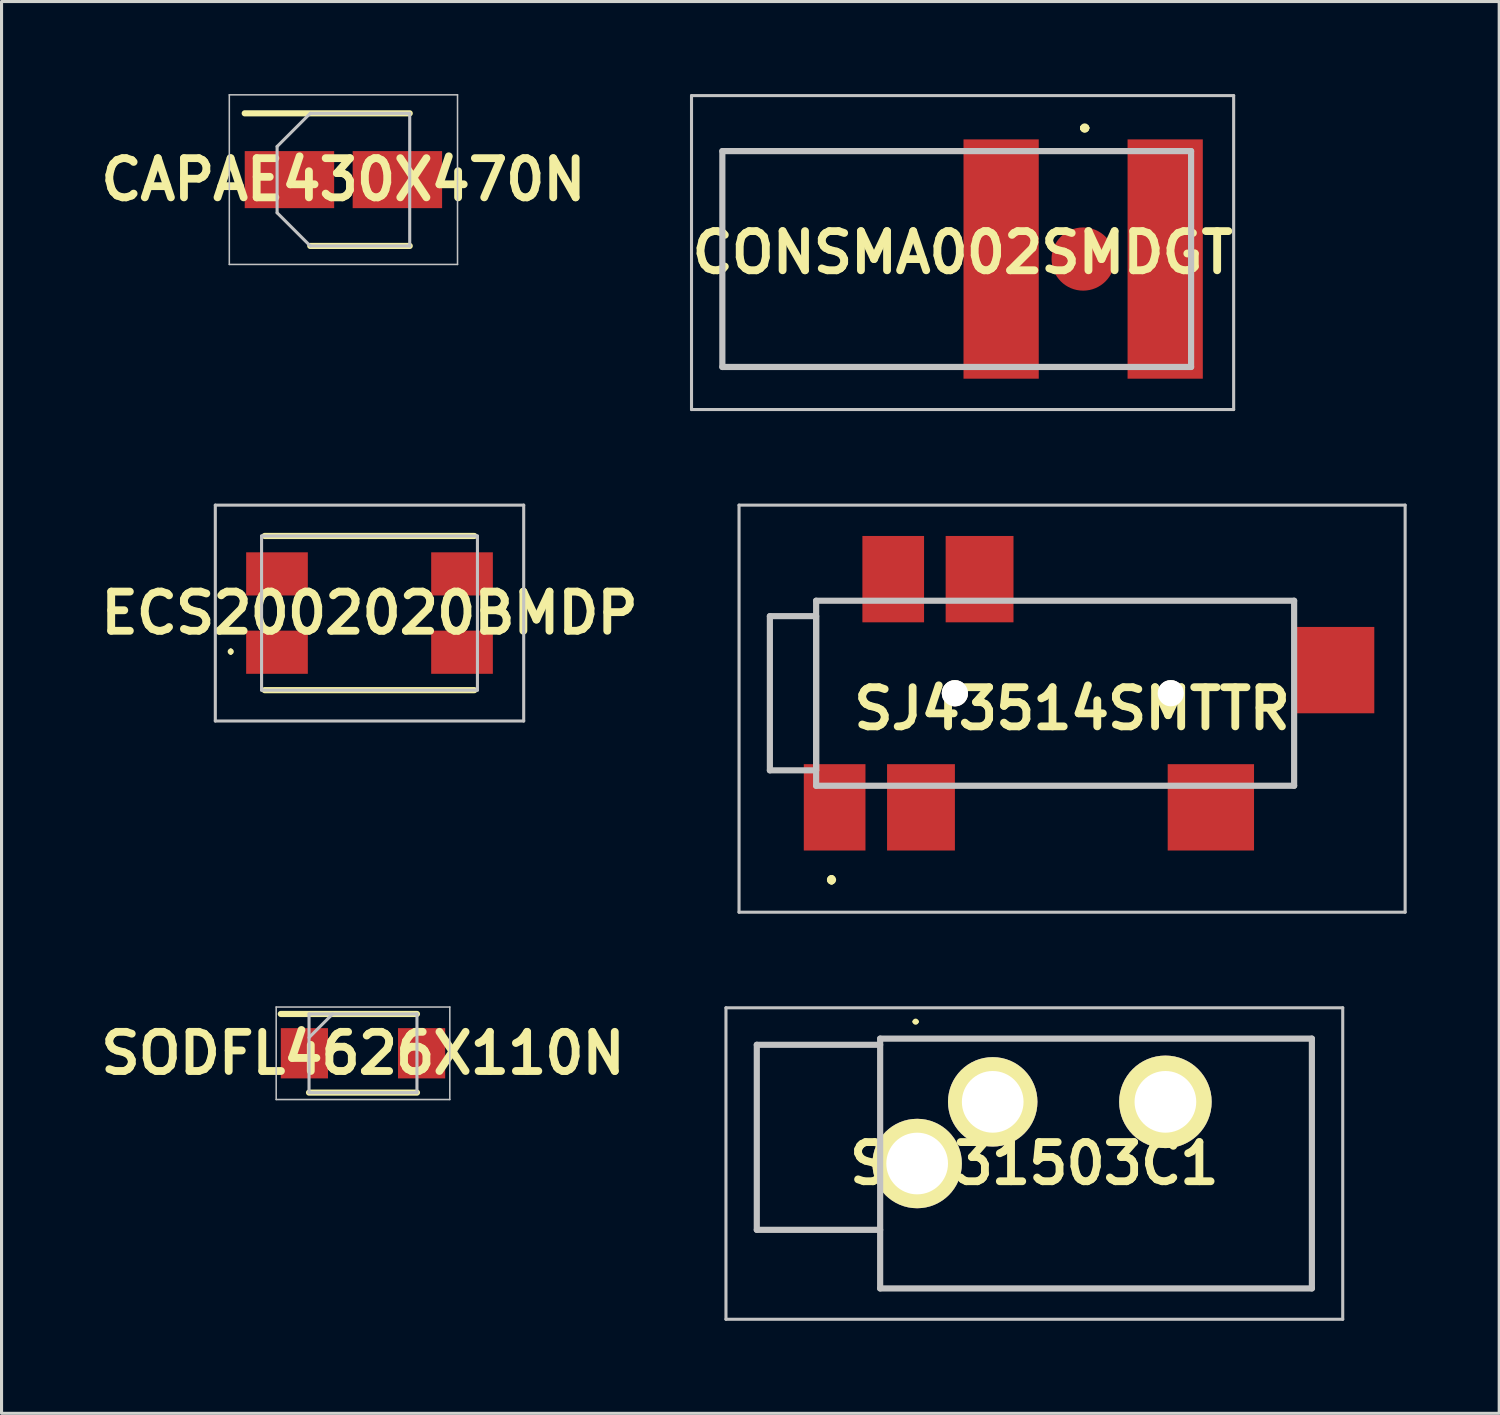
<source format=kicad_pcb>
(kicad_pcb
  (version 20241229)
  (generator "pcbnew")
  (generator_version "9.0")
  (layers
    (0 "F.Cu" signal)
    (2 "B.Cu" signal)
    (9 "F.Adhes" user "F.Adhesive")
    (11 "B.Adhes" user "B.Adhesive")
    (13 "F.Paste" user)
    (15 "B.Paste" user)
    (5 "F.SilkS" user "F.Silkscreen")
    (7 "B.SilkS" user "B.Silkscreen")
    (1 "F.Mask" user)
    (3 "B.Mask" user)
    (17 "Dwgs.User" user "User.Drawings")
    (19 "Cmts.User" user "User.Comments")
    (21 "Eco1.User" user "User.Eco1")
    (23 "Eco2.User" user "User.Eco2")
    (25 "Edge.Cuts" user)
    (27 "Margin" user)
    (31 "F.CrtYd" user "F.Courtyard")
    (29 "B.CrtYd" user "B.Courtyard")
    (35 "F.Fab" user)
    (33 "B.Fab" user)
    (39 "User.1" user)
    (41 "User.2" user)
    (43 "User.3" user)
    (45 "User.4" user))
  (footprint "CONSMA002SMDGT"
    (layer "F.Cu")
    (at 32.074 5.35)
    (property "Reference" "CONSMA002SMDGT" (at -3.91 -0.21 0) (layer "F.SilkS") (effects (font (size 1.27 1.27) (thickness 0.254))))
    (attr smd)
    (fp_line (start -11.7 -3.5) (end -11.7 -3.5) (stroke (width 0.1) (type solid)) (layer "F.SilkS"))
    (fp_line (start -11.7 -3.5) (end -11.7 -3.5) (stroke (width 0.1) (type solid)) (layer "F.SilkS"))
    (fp_line (start -11.7 -3.5) (end -11.7 3.5) (stroke (width 0.1) (type solid)) (layer "F.SilkS"))
    (fp_line (start -11.7 -3.5) (end -4.5 -3.5) (stroke (width 0.1) (type solid)) (layer "F.SilkS"))
    (fp_line (start -11.7 3.5) (end -11.7 -3.5) (stroke (width 0.1) (type solid)) (layer "F.SilkS"))
    (fp_line (start -11.7 3.5) (end -11.7 3.5) (stroke (width 0.1) (type solid)) (layer "F.SilkS"))
    (fp_line (start -11.7 3.5) (end -11.7 3.5) (stroke (width 0.1) (type solid)) (layer "F.SilkS"))
    (fp_line (start -11.7 3.5) (end -4.25 3.5) (stroke (width 0.1) (type solid)) (layer "F.SilkS"))
    (fp_line (start -4.5 -3.5) (end -11.7 -3.5) (stroke (width 0.1) (type solid)) (layer "F.SilkS"))
    (fp_line (start -4.5 -3.5) (end -4.5 -3.5) (stroke (width 0.1) (type solid)) (layer "F.SilkS"))
    (fp_line (start -4.25 3.5) (end -11.7 3.5) (stroke (width 0.1) (type solid)) (layer "F.SilkS"))
    (fp_line (start -4.25 3.5) (end -4.25 3.5) (stroke (width 0.1) (type solid)) (layer "F.SilkS"))
    (fp_line (start -1 -3.5) (end -1 -3.5) (stroke (width 0.1) (type solid)) (layer "F.SilkS"))
    (fp_line (start -1 -3.5) (end 1 -3.5) (stroke (width 0.1) (type solid)) (layer "F.SilkS"))
    (fp_line (start -1 3.5) (end -1 3.5) (stroke (width 0.1) (type solid)) (layer "F.SilkS"))
    (fp_line (start -1 3.5) (end 1 3.5) (stroke (width 0.1) (type solid)) (layer "F.SilkS"))
    (fp_line (start 0 -4.25) (end 0 -4.25) (stroke (width 0.2) (type solid)) (layer "F.SilkS"))
    (fp_line (start 0 -4.25) (end 0 -4.25) (stroke (width 0.2) (type solid)) (layer "F.SilkS"))
    (fp_line (start 0.1 -4.25) (end 0.1 -4.25) (stroke (width 0.2) (type solid)) (layer "F.SilkS"))
    (fp_line (start 1 -3.5) (end -1 -3.5) (stroke (width 0.1) (type solid)) (layer "F.SilkS"))
    (fp_line (start 1 -3.5) (end 1 -3.5) (stroke (width 0.1) (type solid)) (layer "F.SilkS"))
    (fp_line (start 1 3.5) (end -1 3.5) (stroke (width 0.1) (type solid)) (layer "F.SilkS"))
    (fp_line (start 1 3.5) (end 1 3.5) (stroke (width 0.1) (type solid)) (layer "F.SilkS"))
    (fp_arc (start 0 -4.25) (mid 0.05 -4.3) (end 0.1 -4.25) (stroke (width 0.2) (type solid)) (layer "F.SilkS"))
    (fp_arc (start 0.1 -4.25) (mid 0.05 -4.2) (end 0 -4.25) (stroke (width 0.2) (type solid)) (layer "F.SilkS"))
    (fp_arc (start 0.1 -4.25) (mid 0.05 -4.2) (end 0 -4.25) (stroke (width 0.2) (type solid)) (layer "F.SilkS"))
    (fp_line (start -12.7 -5.3) (end 4.88 -5.3) (stroke (width 0.1) (type solid)) (layer "Dwgs.User"))
    (fp_line (start -12.7 4.88) (end -12.7 -5.3) (stroke (width 0.1) (type solid)) (layer "Dwgs.User"))
    (fp_line (start -11.7 -3.5) (end -11.7 3.5) (stroke (width 0.2) (type solid)) (layer "Dwgs.User"))
    (fp_line (start -11.7 3.5) (end 3.5 3.5) (stroke (width 0.2) (type solid)) (layer "Dwgs.User"))
    (fp_line (start 3.5 -3.5) (end -11.7 -3.5) (stroke (width 0.2) (type solid)) (layer "Dwgs.User"))
    (fp_line (start 3.5 3.5) (end 3.5 -3.5) (stroke (width 0.2) (type solid)) (layer "Dwgs.User"))
    (fp_line (start 4.88 -5.3) (end 4.88 4.88) (stroke (width 0.1) (type solid)) (layer "Dwgs.User"))
    (fp_line (start 4.88 4.88) (end -12.7 4.88) (stroke (width 0.1) (type solid)) (layer "Dwgs.User"))
    (pad "1" smd circle (at 0 0 90) (size 2.05 2.05) (layers "F.Cu" "F.Mask" "F.Paste"))
    (pad "2" smd rect (at -2.66 0) (size 2.44 7.76) (layers "F.Cu" "F.Mask" "F.Paste"))
    (pad "3" smd rect (at 2.66 0) (size 2.44 7.76) (layers "F.Cu" "F.Mask" "F.Paste")))
  (footprint "CAPAE430X470N"
    (layer "F.Cu")
    (at 8.086 2.775)
    (property "Reference" "CAPAE430X470N" (at 0 0 0) (layer "F.SilkS") (effects (font (size 1.27 1.27) (thickness 0.254))))
    (attr smd)
    (fp_line (start -3.2 -2.15) (end 2.15 -2.15) (stroke (width 0.2) (type solid)) (layer "F.SilkS"))
    (fp_line (start -1.075 2.15) (end 2.15 2.15) (stroke (width 0.2) (type solid)) (layer "F.SilkS"))
    (fp_line (start -3.7 -2.75) (end 3.7 -2.75) (stroke (width 0.05) (type solid)) (layer "Dwgs.User"))
    (fp_line (start -3.7 2.75) (end -3.7 -2.75) (stroke (width 0.05) (type solid)) (layer "Dwgs.User"))
    (fp_line (start -2.15 -1.075) (end -2.15 1.075) (stroke (width 0.1) (type solid)) (layer "Dwgs.User"))
    (fp_line (start -2.15 1.075) (end -1.075 2.15) (stroke (width 0.1) (type solid)) (layer "Dwgs.User"))
    (fp_line (start -1.075 -2.15) (end -2.15 -1.075) (stroke (width 0.1) (type solid)) (layer "Dwgs.User"))
    (fp_line (start -1.075 2.15) (end 2.15 2.15) (stroke (width 0.1) (type solid)) (layer "Dwgs.User"))
    (fp_line (start 2.15 -2.15) (end -1.075 -2.15) (stroke (width 0.1) (type solid)) (layer "Dwgs.User"))
    (fp_line (start 2.15 2.15) (end 2.15 -2.15) (stroke (width 0.1) (type solid)) (layer "Dwgs.User"))
    (fp_line (start 3.7 -2.75) (end 3.7 2.75) (stroke (width 0.05) (type solid)) (layer "Dwgs.User"))
    (fp_line (start 3.7 2.75) (end -3.7 2.75) (stroke (width 0.05) (type solid)) (layer "Dwgs.User"))
    (pad "1" smd rect (at -1.75 0 90) (size 1.85 2.9) (layers "F.Cu" "F.Mask" "F.Paste"))
    (pad "2" smd rect (at 1.75 0 90) (size 1.85 2.9) (layers "F.Cu" "F.Mask" "F.Paste")))
  (footprint "STX31503C1"
    (layer "F.Cu")
    (at 26.691 34.68)
    (property "Reference" "STX31503C1" (at 3.8 0 0) (layer "F.SilkS") (effects (font (size 1.27 1.27) (thickness 0.254))))
    (attr through_hole)
    (fp_line (start -5.2 -3.85) (end -1.2 -3.85) (stroke (width 0.1) (type solid)) (layer "F.SilkS"))
    (fp_line (start -5.2 2.15) (end -5.2 -3.85) (stroke (width 0.1) (type solid)) (layer "F.SilkS"))
    (fp_line (start -1.2 -4.05) (end -1.2 -1.5) (stroke (width 0.1) (type solid)) (layer "F.SilkS"))
    (fp_line (start -1.2 1.5) (end -1.2 4.05) (stroke (width 0.1) (type solid)) (layer "F.SilkS"))
    (fp_line (start -1.2 2.15) (end -5.2 2.15) (stroke (width 0.1) (type solid)) (layer "F.SilkS"))
    (fp_line (start -1.2 4.05) (end 12.8 4.05) (stroke (width 0.1) (type solid)) (layer "F.SilkS"))
    (fp_line (start -0.1 -4.6) (end -0.1 -4.6) (stroke (width 0.1) (type solid)) (layer "F.SilkS"))
    (fp_line (start 0 -4.6) (end 0 -4.6) (stroke (width 0.1) (type solid)) (layer "F.SilkS"))
    (fp_line (start 12.8 -4.05) (end -1.2 -4.05) (stroke (width 0.1) (type solid)) (layer "F.SilkS"))
    (fp_line (start 12.8 4.05) (end 12.8 -4.05) (stroke (width 0.1) (type solid)) (layer "F.SilkS"))
    (fp_arc (start -0.1 -4.6) (mid -0.05 -4.65) (end 0 -4.6) (stroke (width 0.1) (type solid)) (layer "F.SilkS"))
    (fp_arc (start 0 -4.6) (mid -0.05 -4.55) (end -0.1 -4.6) (stroke (width 0.1) (type solid)) (layer "F.SilkS"))
    (fp_line (start -6.2 -5.05) (end -6.2 5.05) (stroke (width 0.1) (type solid)) (layer "Dwgs.User"))
    (fp_line (start -6.2 5.05) (end 13.8 5.05) (stroke (width 0.1) (type solid)) (layer "Dwgs.User"))
    (fp_line (start -5.2 -3.85) (end -1.2 -3.85) (stroke (width 0.2) (type solid)) (layer "Dwgs.User"))
    (fp_line (start -5.2 2.15) (end -5.2 -3.85) (stroke (width 0.2) (type solid)) (layer "Dwgs.User"))
    (fp_line (start -1.2 -4.05) (end -1.2 4.05) (stroke (width 0.2) (type solid)) (layer "Dwgs.User"))
    (fp_line (start -1.2 2.15) (end -5.2 2.15) (stroke (width 0.2) (type solid)) (layer "Dwgs.User"))
    (fp_line (start -1.2 4.05) (end 12.8 4.05) (stroke (width 0.2) (type solid)) (layer "Dwgs.User"))
    (fp_line (start 12.8 -4.05) (end -1.2 -4.05) (stroke (width 0.2) (type solid)) (layer "Dwgs.User"))
    (fp_line (start 12.8 4.05) (end 12.8 -4.05) (stroke (width 0.2) (type solid)) (layer "Dwgs.User"))
    (fp_line (start 13.8 -5.05) (end -6.2 -5.05) (stroke (width 0.1) (type solid)) (layer "Dwgs.User"))
    (fp_line (start 13.8 5.05) (end 13.8 -5.05) (stroke (width 0.1) (type solid)) (layer "Dwgs.User"))
    (pad "1" thru_hole circle (at 0 0 90) (size 2.9 2.9) (drill 2) (layers "*.Cu" "*.Mask" "F.SilkS"))
    (pad "2" thru_hole circle (at 2.45 -2 90) (size 2.9 2.9) (drill 2) (layers "*.Cu" "*.Mask" "F.SilkS"))
    (pad "4" thru_hole circle (at 8.05 -2 90) (size 3 3) (drill 2) (layers "*.Cu" "*.Mask" "F.SilkS")))
  (footprint "ECS2002020BMDP"
    (layer "F.Cu")
    (at 8.932 16.83)
    (property "Reference" "ECS2002020BMDP" (at 0 0 0) (layer "F.SilkS") (effects (font (size 1.27 1.27) (thickness 0.254))))
    (attr smd)
    (fp_line (start -4.5 1.2) (end -4.5 1.2) (stroke (width 0.1) (type solid)) (layer "F.SilkS"))
    (fp_line (start -4.5 1.3) (end -4.5 1.3) (stroke (width 0.1) (type solid)) (layer "F.SilkS"))
    (fp_line (start -3.4 -2.5) (end 3.4 -2.5) (stroke (width 0.2) (type solid)) (layer "F.SilkS"))
    (fp_line (start -3.4 2.5) (end 3.4 2.5) (stroke (width 0.2) (type solid)) (layer "F.SilkS"))
    (fp_arc (start -4.5 1.2) (mid -4.45 1.25) (end -4.5 1.3) (stroke (width 0.1) (type solid)) (layer "F.SilkS"))
    (fp_arc (start -4.5 1.3) (mid -4.55 1.25) (end -4.5 1.2) (stroke (width 0.1) (type solid)) (layer "F.SilkS"))
    (fp_line (start -5 -3.5) (end 5 -3.5) (stroke (width 0.1) (type solid)) (layer "Dwgs.User"))
    (fp_line (start -5 3.5) (end -5 -3.5) (stroke (width 0.1) (type solid)) (layer "Dwgs.User"))
    (fp_line (start -3.5 -2.5) (end 3.5 -2.5) (stroke (width 0.1) (type solid)) (layer "Dwgs.User"))
    (fp_line (start -3.5 2.5) (end -3.5 -2.5) (stroke (width 0.1) (type solid)) (layer "Dwgs.User"))
    (fp_line (start 3.5 -2.5) (end 3.5 2.5) (stroke (width 0.1) (type solid)) (layer "Dwgs.User"))
    (fp_line (start 3.5 2.5) (end -3.5 2.5) (stroke (width 0.1) (type solid)) (layer "Dwgs.User"))
    (fp_line (start 5 -3.5) (end 5 3.5) (stroke (width 0.1) (type solid)) (layer "Dwgs.User"))
    (fp_line (start 5 3.5) (end -5 3.5) (stroke (width 0.1) (type solid)) (layer "Dwgs.User"))
    (pad "1" smd rect (at -3 1.27 90) (size 1.4 2) (layers "F.Cu" "F.Mask" "F.Paste"))
    (pad "2" smd rect (at 3 1.27 90) (size 1.4 2) (layers "F.Cu" "F.Mask" "F.Paste"))
    (pad "3" smd rect (at 3 -1.27 90) (size 1.4 2) (layers "F.Cu" "F.Mask" "F.Paste"))
    (pad "4" smd rect (at -3 -1.27 90) (size 1.4 2) (layers "F.Cu" "F.Mask" "F.Paste")))
  (footprint "SJ43514SMTTR"
    (layer "F.Cu")
    (at 31.165 19.43)
    (property "Reference" "SJ43514SMTTR" (at 0.55 0.5 0) (layer "F.SilkS") (effects (font (size 1.27 1.27) (thickness 0.254))))
    (attr through_hole)
    (fp_line (start -9.25 -2.5) (end -9.25 -2.5) (stroke (width 0.1) (type solid)) (layer "F.SilkS"))
    (fp_line (start -9.25 -2.5) (end -9.25 -2.5) (stroke (width 0.1) (type solid)) (layer "F.SilkS"))
    (fp_line (start -9.25 -2.5) (end -9.25 2.5) (stroke (width 0.1) (type solid)) (layer "F.SilkS"))
    (fp_line (start -9.25 -2.5) (end -7.75 -2.5) (stroke (width 0.1) (type solid)) (layer "F.SilkS"))
    (fp_line (start -9.25 2.5) (end -9.25 -2.5) (stroke (width 0.1) (type solid)) (layer "F.SilkS"))
    (fp_line (start -9.25 2.5) (end -9.25 2.5) (stroke (width 0.1) (type solid)) (layer "F.SilkS"))
    (fp_line (start -9.25 2.5) (end -9.25 2.5) (stroke (width 0.1) (type solid)) (layer "F.SilkS"))
    (fp_line (start -9.25 2.5) (end -8.75 2.5) (stroke (width 0.1) (type solid)) (layer "F.SilkS"))
    (fp_line (start -8.75 2.5) (end -9.25 2.5) (stroke (width 0.1) (type solid)) (layer "F.SilkS"))
    (fp_line (start -8.75 2.5) (end -8.75 2.5) (stroke (width 0.1) (type solid)) (layer "F.SilkS"))
    (fp_line (start -7.75 -3) (end -7.75 -3) (stroke (width 0.1) (type solid)) (layer "F.SilkS"))
    (fp_line (start -7.75 -3) (end -7.75 -3) (stroke (width 0.1) (type solid)) (layer "F.SilkS"))
    (fp_line (start -7.75 -3) (end -7.75 1.75) (stroke (width 0.1) (type solid)) (layer "F.SilkS"))
    (fp_line (start -7.75 -3) (end -7 -3) (stroke (width 0.1) (type solid)) (layer "F.SilkS"))
    (fp_line (start -7.75 -2.5) (end -9.25 -2.5) (stroke (width 0.1) (type solid)) (layer "F.SilkS"))
    (fp_line (start -7.75 -2.5) (end -7.75 -2.5) (stroke (width 0.1) (type solid)) (layer "F.SilkS"))
    (fp_line (start -7.75 1.75) (end -7.75 -3) (stroke (width 0.1) (type solid)) (layer "F.SilkS"))
    (fp_line (start -7.75 1.75) (end -7.75 1.75) (stroke (width 0.1) (type solid)) (layer "F.SilkS"))
    (fp_line (start -7.25 6) (end -7.25 6) (stroke (width 0.2) (type solid)) (layer "F.SilkS"))
    (fp_line (start -7.25 6) (end -7.25 6) (stroke (width 0.2) (type solid)) (layer "F.SilkS"))
    (fp_line (start -7.25 6.1) (end -7.25 6.1) (stroke (width 0.2) (type solid)) (layer "F.SilkS"))
    (fp_line (start -7 -3) (end -7.75 -3) (stroke (width 0.1) (type solid)) (layer "F.SilkS"))
    (fp_line (start -7 -3) (end -7 -3) (stroke (width 0.1) (type solid)) (layer "F.SilkS"))
    (fp_line (start -2.75 3) (end -2.75 3) (stroke (width 0.1) (type solid)) (layer "F.SilkS"))
    (fp_line (start -2.75 3) (end 3 3) (stroke (width 0.1) (type solid)) (layer "F.SilkS"))
    (fp_line (start -0.75 -3) (end -0.75 -3) (stroke (width 0.1) (type solid)) (layer "F.SilkS"))
    (fp_line (start -0.75 -3) (end 7.75 -3) (stroke (width 0.1) (type solid)) (layer "F.SilkS"))
    (fp_line (start 3 3) (end -2.75 3) (stroke (width 0.1) (type solid)) (layer "F.SilkS"))
    (fp_line (start 3 3) (end 3 3) (stroke (width 0.1) (type solid)) (layer "F.SilkS"))
    (fp_line (start 7 3) (end 7 3) (stroke (width 0.1) (type solid)) (layer "F.SilkS"))
    (fp_line (start 7 3) (end 7.75 3) (stroke (width 0.1) (type solid)) (layer "F.SilkS"))
    (fp_line (start 7.75 -3) (end -0.75 -3) (stroke (width 0.1) (type solid)) (layer "F.SilkS"))
    (fp_line (start 7.75 -3) (end 7.75 -3) (stroke (width 0.1) (type solid)) (layer "F.SilkS"))
    (fp_line (start 7.75 -3) (end 7.75 -3) (stroke (width 0.1) (type solid)) (layer "F.SilkS"))
    (fp_line (start 7.75 -3) (end 7.75 -2.75) (stroke (width 0.1) (type solid)) (layer "F.SilkS"))
    (fp_line (start 7.75 -2.75) (end 7.75 -3) (stroke (width 0.1) (type solid)) (layer "F.SilkS"))
    (fp_line (start 7.75 -2.75) (end 7.75 -2.75) (stroke (width 0.1) (type solid)) (layer "F.SilkS"))
    (fp_line (start 7.75 1.25) (end 7.75 1.25) (stroke (width 0.1) (type solid)) (layer "F.SilkS"))
    (fp_line (start 7.75 1.25) (end 7.75 3) (stroke (width 0.1) (type solid)) (layer "F.SilkS"))
    (fp_line (start 7.75 3) (end 7 3) (stroke (width 0.1) (type solid)) (layer "F.SilkS"))
    (fp_line (start 7.75 3) (end 7.75 1.25) (stroke (width 0.1) (type solid)) (layer "F.SilkS"))
    (fp_line (start 7.75 3) (end 7.75 3) (stroke (width 0.1) (type solid)) (layer "F.SilkS"))
    (fp_line (start 7.75 3) (end 7.75 3) (stroke (width 0.1) (type solid)) (layer "F.SilkS"))
    (fp_arc (start -7.25 6) (mid -7.2 6.05) (end -7.25 6.1) (stroke (width 0.2) (type solid)) (layer "F.SilkS"))
    (fp_arc (start -7.25 6.1) (mid -7.3 6.05) (end -7.25 6) (stroke (width 0.2) (type solid)) (layer "F.SilkS"))
    (fp_arc (start -7.25 6.1) (mid -7.3 6.05) (end -7.25 6) (stroke (width 0.2) (type solid)) (layer "F.SilkS"))
    (fp_line (start -10.25 -6.1) (end 11.35 -6.1) (stroke (width 0.1) (type solid)) (layer "Dwgs.User"))
    (fp_line (start -10.25 7.1) (end -10.25 -6.1) (stroke (width 0.1) (type solid)) (layer "Dwgs.User"))
    (fp_line (start -9.25 -2.5) (end -7.75 -2.5) (stroke (width 0.2) (type solid)) (layer "Dwgs.User"))
    (fp_line (start -9.25 2.5) (end -9.25 -2.5) (stroke (width 0.2) (type solid)) (layer "Dwgs.User"))
    (fp_line (start -7.75 -3) (end -7.75 3) (stroke (width 0.2) (type solid)) (layer "Dwgs.User"))
    (fp_line (start -7.75 -2.5) (end -7.75 2.5) (stroke (width 0.2) (type solid)) (layer "Dwgs.User"))
    (fp_line (start -7.75 2.5) (end -9.25 2.5) (stroke (width 0.2) (type solid)) (layer "Dwgs.User"))
    (fp_line (start -7.75 3) (end 7.75 3) (stroke (width 0.2) (type solid)) (layer "Dwgs.User"))
    (fp_line (start 7.75 -3) (end -7.75 -3) (stroke (width 0.2) (type solid)) (layer "Dwgs.User"))
    (fp_line (start 7.75 3) (end 7.75 -3) (stroke (width 0.2) (type solid)) (layer "Dwgs.User"))
    (fp_line (start 11.35 -6.1) (end 11.35 7.1) (stroke (width 0.1) (type solid)) (layer "Dwgs.User"))
    (fp_line (start 11.35 7.1) (end -10.25 7.1) (stroke (width 0.1) (type solid)) (layer "Dwgs.User"))
    (pad "1" smd rect (at -7.15 3.7) (size 2 2.8) (layers "F.Cu" "F.Mask" "F.Paste"))
    (pad "2" smd rect (at 5.05 3.7 90) (size 2.8 2.8) (layers "F.Cu" "F.Mask" "F.Paste"))
    (pad "3" smd rect (at -2.45 -3.7) (size 2.2 2.8) (layers "F.Cu" "F.Mask" "F.Paste"))
    (pad "4" smd rect (at -4.35 3.7) (size 2.2 2.8) (layers "F.Cu" "F.Mask" "F.Paste"))
    (pad "5" smd rect (at 9.05 -0.75) (size 2.6 2.8) (layers "F.Cu" "F.Mask" "F.Paste"))
    (pad "6" smd rect (at -5.25 -3.7) (size 2 2.8) (layers "F.Cu" "F.Mask" "F.Paste"))
    (pad "MH1" thru_hole circle (at -3.25 0 90) (size 0.85 0.85) (drill 1.7) (layers "*.Cu" "*.Mask" "F.SilkS"))
    (pad "MH2" thru_hole circle (at 3.75 0 90) (size 0.85 0.85) (drill 1.7) (layers "*.Cu" "*.Mask" "F.SilkS")))
  (footprint "SODFL4626X110N"
    (layer "F.Cu")
    (at 8.721 31.105)
    (property "Reference" "SODFL4626X110N" (at 0 0 0) (layer "F.SilkS") (effects (font (size 1.27 1.27) (thickness 0.254))))
    (attr smd)
    (fp_line (start -2.665 -1.275) (end 1.75 -1.275) (stroke (width 0.2) (type solid)) (layer "F.SilkS"))
    (fp_line (start -1.75 1.275) (end 1.75 1.275) (stroke (width 0.2) (type solid)) (layer "F.SilkS"))
    (fp_line (start -2.815 -1.5) (end 2.815 -1.5) (stroke (width 0.05) (type solid)) (layer "Dwgs.User"))
    (fp_line (start -2.815 1.5) (end -2.815 -1.5) (stroke (width 0.05) (type solid)) (layer "Dwgs.User"))
    (fp_line (start -1.75 -1.275) (end 1.75 -1.275) (stroke (width 0.1) (type solid)) (layer "Dwgs.User"))
    (fp_line (start -1.75 -0.51) (end -0.985 -1.275) (stroke (width 0.1) (type solid)) (layer "Dwgs.User"))
    (fp_line (start -1.75 1.275) (end -1.75 -1.275) (stroke (width 0.1) (type solid)) (layer "Dwgs.User"))
    (fp_line (start 1.75 -1.275) (end 1.75 1.275) (stroke (width 0.1) (type solid)) (layer "Dwgs.User"))
    (fp_line (start 1.75 1.275) (end -1.75 1.275) (stroke (width 0.1) (type solid)) (layer "Dwgs.User"))
    (fp_line (start 2.815 -1.5) (end 2.815 1.5) (stroke (width 0.05) (type solid)) (layer "Dwgs.User"))
    (fp_line (start 2.815 1.5) (end -2.815 1.5) (stroke (width 0.05) (type solid)) (layer "Dwgs.User"))
    (pad "1" smd rect (at -1.9 0) (size 1.53 1.63) (layers "F.Cu" "F.Mask" "F.Paste"))
    (pad "2" smd rect (at 1.9 0) (size 1.53 1.63) (layers "F.Cu" "F.Mask" "F.Paste")))
  (gr_rect
    (start -3 -3)
    (end 45.565 42.78)
    (stroke (width 0.1) (type default))
    (fill no)
    (layer "Edge.Cuts")))
</source>
